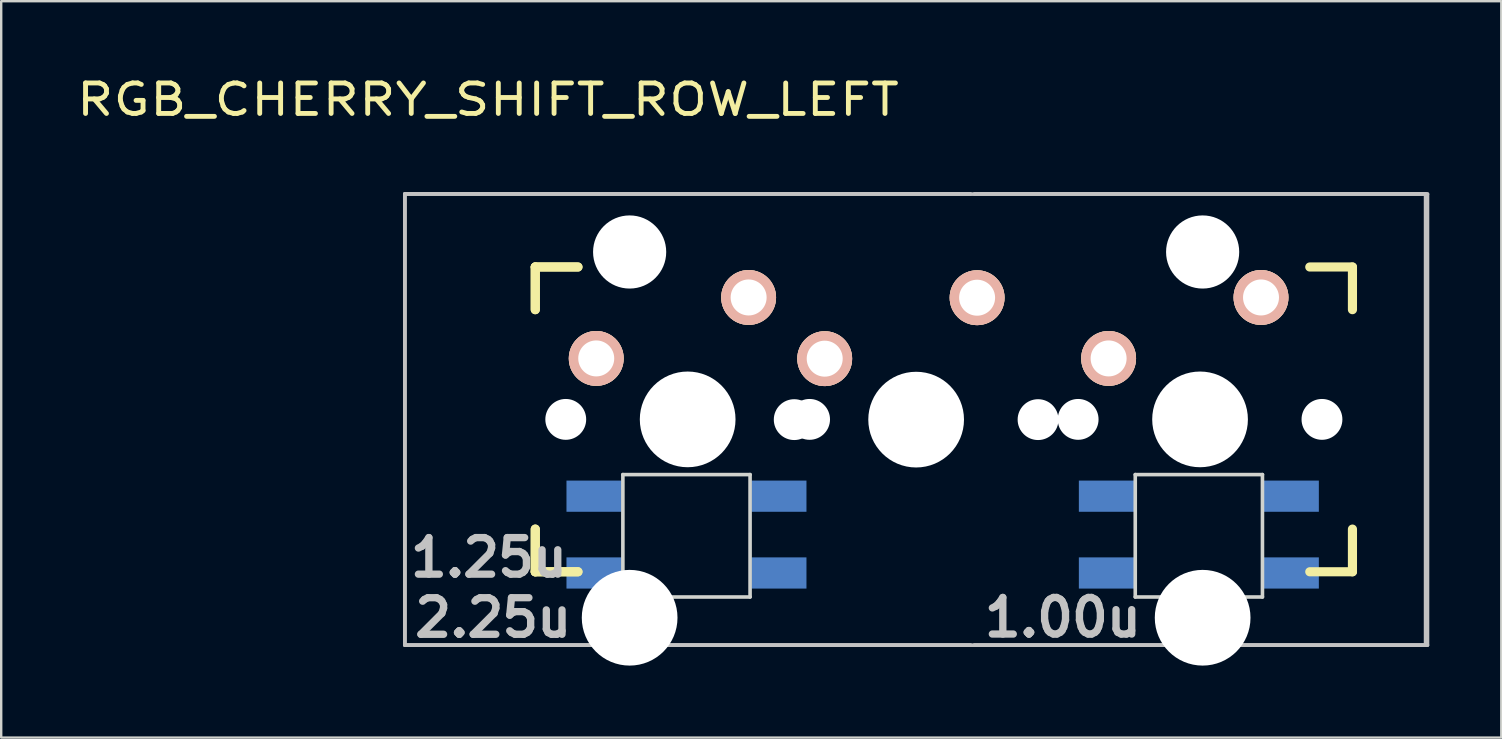
<source format=kicad_pcb>
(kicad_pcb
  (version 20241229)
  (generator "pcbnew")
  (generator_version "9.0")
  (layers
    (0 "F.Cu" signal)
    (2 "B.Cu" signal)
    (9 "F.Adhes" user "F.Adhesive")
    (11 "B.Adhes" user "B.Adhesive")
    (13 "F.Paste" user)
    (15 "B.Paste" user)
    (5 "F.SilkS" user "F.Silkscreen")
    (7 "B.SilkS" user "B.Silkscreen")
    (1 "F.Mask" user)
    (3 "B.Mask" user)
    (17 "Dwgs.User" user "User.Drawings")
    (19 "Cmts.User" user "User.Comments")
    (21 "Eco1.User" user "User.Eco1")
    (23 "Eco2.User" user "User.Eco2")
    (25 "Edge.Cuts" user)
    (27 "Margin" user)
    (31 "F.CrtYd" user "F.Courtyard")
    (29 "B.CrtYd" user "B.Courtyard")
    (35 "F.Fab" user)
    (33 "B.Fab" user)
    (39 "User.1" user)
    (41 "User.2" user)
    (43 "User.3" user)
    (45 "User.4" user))
  (footprint "RGB_CHERRY_SHIFT_ROW_LEFT"
    (layer "F.Cu")
    (at 35.124 14.435)
    (property "Reference" "RGB_CHERRY_SHIFT_ROW_LEFT" (at -17.845 -13.335 0) (layer "F.SilkS") (effects (font (size 1.27 1.524) (thickness 0.203))))
    (attr through_hole)
    (fp_line (start -15.87 -6.36) (end -14.092 -6.36) (stroke (width 0.381) (type solid)) (layer "F.SilkS"))
    (fp_line (start -15.87 -6.36) (end -14.092 -6.36) (stroke (width 0.381) (type solid)) (layer "F.SilkS"))
    (fp_line (start -15.87 -4.582) (end -15.87 -6.36) (stroke (width 0.381) (type solid)) (layer "F.SilkS"))
    (fp_line (start -15.87 -4.582) (end -15.87 -6.36) (stroke (width 0.381) (type solid)) (layer "F.SilkS"))
    (fp_line (start -15.87 6.34) (end -15.87 4.562) (stroke (width 0.381) (type solid)) (layer "F.SilkS"))
    (fp_line (start -15.87 6.34) (end -15.87 4.562) (stroke (width 0.381) (type solid)) (layer "F.SilkS"))
    (fp_line (start -14.092 6.34) (end -15.87 6.34) (stroke (width 0.381) (type solid)) (layer "F.SilkS"))
    (fp_line (start -14.092 6.34) (end -15.87 6.34) (stroke (width 0.381) (type solid)) (layer "F.SilkS"))
    (fp_line (start 16.402 -6.36) (end 18.18 -6.36) (stroke (width 0.381) (type solid)) (layer "F.SilkS"))
    (fp_line (start 18.18 -6.36) (end 18.18 -4.582) (stroke (width 0.381) (type solid)) (layer "F.SilkS"))
    (fp_line (start 18.18 4.562) (end 18.18 6.34) (stroke (width 0.381) (type solid)) (layer "F.SilkS"))
    (fp_line (start 18.18 6.34) (end 16.402 6.34) (stroke (width 0.381) (type solid)) (layer "F.SilkS"))
    (fp_line (start -21.306 -9.398) (end 21.306 -9.398) (stroke (width 0.152) (type solid)) (layer "Dwgs.User"))
    (fp_line (start -21.306 9.398) (end -21.306 -9.398) (stroke (width 0.152) (type solid)) (layer "Dwgs.User"))
    (fp_line (start -21.301 -9.408) (end 2.261 -9.408) (stroke (width 0.152) (type solid)) (layer "Dwgs.User"))
    (fp_line (start -21.301 9.388) (end -21.301 -9.408) (stroke (width 0.152) (type solid)) (layer "Dwgs.User"))
    (fp_line (start 2.261 9.388) (end -21.301 9.388) (stroke (width 0.152) (type solid)) (layer "Dwgs.User"))
    (fp_line (start 2.432 -9.408) (end 21.228 -9.408) (stroke (width 0.152) (type solid)) (layer "Dwgs.User"))
    (fp_line (start 21.228 -9.408) (end 21.228 9.388) (stroke (width 0.152) (type solid)) (layer "Dwgs.User"))
    (fp_line (start 21.228 9.388) (end 2.432 9.388) (stroke (width 0.152) (type solid)) (layer "Dwgs.User"))
    (fp_line (start 21.306 -9.398) (end 21.306 9.398) (stroke (width 0.152) (type solid)) (layer "Dwgs.User"))
    (fp_line (start 21.306 9.398) (end -21.306 9.398) (stroke (width 0.152) (type solid)) (layer "Dwgs.User"))
    (fp_line (start -16.505 -6.995) (end -2.535 -6.995) (stroke (width 0.152) (type solid)) (layer "Eco2.User"))
    (fp_line (start -16.505 -6.995) (end -2.535 -6.995) (stroke (width 0.152) (type solid)) (layer "Eco2.User"))
    (fp_line (start -16.505 6.975) (end -16.505 -6.995) (stroke (width 0.152) (type solid)) (layer "Eco2.User"))
    (fp_line (start -16.505 6.975) (end -16.505 -6.995) (stroke (width 0.152) (type solid)) (layer "Eco2.User"))
    (fp_line (start -6.985 -6.985) (end 6.985 -6.985) (stroke (width 0.152) (type solid)) (layer "Eco2.User"))
    (fp_line (start -6.985 6.985) (end -6.985 5.817) (stroke (width 0.152) (type solid)) (layer "Eco2.User"))
    (fp_line (start -2.535 6.975) (end -16.505 6.975) (stroke (width 0.152) (type solid)) (layer "Eco2.User"))
    (fp_line (start -2.535 6.975) (end -16.505 6.975) (stroke (width 0.152) (type solid)) (layer "Eco2.User"))
    (fp_line (start 4.845 -6.995) (end 18.815 -6.995) (stroke (width 0.152) (type solid)) (layer "Eco2.User"))
    (fp_line (start 6.985 6.985) (end -6.985 6.985) (stroke (width 0.152) (type solid)) (layer "Eco2.User"))
    (fp_line (start 18.815 -6.995) (end 18.815 6.975) (stroke (width 0.152) (type solid)) (layer "Eco2.User"))
    (fp_line (start 18.815 6.975) (end 4.845 6.975) (stroke (width 0.152) (type solid)) (layer "Eco2.User"))
    (fp_line (start -12.22 2.29) (end -12.22 7.39) (stroke (width 0.15) (type solid)) (layer "Edge.Cuts"))
    (fp_line (start -12.22 2.29) (end -6.92 2.29) (stroke (width 0.15) (type solid)) (layer "Edge.Cuts"))
    (fp_line (start -6.92 2.29) (end -6.92 7.39) (stroke (width 0.15) (type solid)) (layer "Edge.Cuts"))
    (fp_line (start -6.92 7.39) (end -12.22 7.39) (stroke (width 0.15) (type solid)) (layer "Edge.Cuts"))
    (fp_line (start 9.13 2.29) (end 9.13 7.39) (stroke (width 0.15) (type solid)) (layer "Edge.Cuts"))
    (fp_line (start 9.13 2.29) (end 14.43 2.29) (stroke (width 0.15) (type solid)) (layer "Edge.Cuts"))
    (fp_line (start 14.43 2.29) (end 14.43 7.39) (stroke (width 0.15) (type solid)) (layer "Edge.Cuts"))
    (fp_line (start 14.43 7.39) (end 9.13 7.39) (stroke (width 0.15) (type solid)) (layer "Edge.Cuts"))
    (fp_text user "2.25u" (at -17.623 8.255 0) (layer "Dwgs.User") (effects (font (size 1.524 1.524) (thickness 0.305))))
    (fp_text user "1.25u" (at -17.8 5.75 0) (layer "Dwgs.User") (effects (font (size 1.524 1.524) (thickness 0.305))))
    (fp_text user "1.00u" (at 6.115 8.245 0) (layer "Dwgs.User") (effects (font (size 1.524 1.524) (thickness 0.305))))
    (pad "" np_thru_hole circle (at -14.6 -0.01) (size 1.702 1.702) (drill 1.702) (layers "*.Cu"))
    (pad "" np_thru_hole circle (at -11.938 -6.985) (size 3.048 3.048) (drill 3.048) (layers "*.Cu"))
    (pad "" np_thru_hole circle (at -11.938 8.255) (size 3.988 3.988) (drill 3.988) (layers "*.Cu"))
    (pad "" np_thru_hole circle (at -9.52 -0.01) (size 3.988 3.988) (drill 3.988) (layers "*.Cu"))
    (pad "" np_thru_hole circle (at -5.08 0) (size 1.702 1.702) (drill 1.702) (layers "*.Cu"))
    (pad "" np_thru_hole circle (at -4.44 -0.01) (size 1.702 1.702) (drill 1.702) (layers "*.Cu"))
    (pad "" np_thru_hole circle (at 0 0) (size 3.988 3.988) (drill 3.988) (layers "*.Cu"))
    (pad "" np_thru_hole circle (at 5.08 0) (size 1.702 1.702) (drill 1.702) (layers "*.Cu"))
    (pad "" np_thru_hole circle (at 6.75 -0.01) (size 1.702 1.702) (drill 1.702) (layers "*.Cu"))
    (pad "" np_thru_hole circle (at 11.83 -0.01) (size 3.988 3.988) (drill 3.988) (layers "*.Cu"))
    (pad "" np_thru_hole circle (at 11.938 -6.985) (size 3.048 3.048) (drill 3.048) (layers "*.Cu"))
    (pad "" np_thru_hole circle (at 11.938 8.255) (size 3.988 3.988) (drill 3.988) (layers "*.Cu"))
    (pad "" np_thru_hole circle (at 16.91 -0.01) (size 1.702 1.702) (drill 1.702) (layers "*.Cu"))
    (pad "1" thru_hole circle (at -6.98 -5.09) (size 2.286 2.286) (drill 1.499) (layers "*.Cu" "*.SilkS" "*.Mask"))
    (pad "1" thru_hole circle (at 2.54 -5.08) (size 2.286 2.286) (drill 1.499) (layers "*.Cu" "*.SilkS" "*.Mask"))
    (pad "2" thru_hole circle (at -13.33 -2.55) (size 2.286 2.286) (drill 1.499) (layers "*.Cu" "*.SilkS" "*.Mask"))
    (pad "2" thru_hole circle (at -3.81 -2.54) (size 2.286 2.286) (drill 1.499) (layers "*.Cu" "*.SilkS" "*.Mask"))
    (pad "3" thru_hole circle (at 14.37 -5.09) (size 2.286 2.286) (drill 1.499) (layers "*.Cu" "*.SilkS" "*.Mask"))
    (pad "4" thru_hole circle (at 8.02 -2.55) (size 2.286 2.286) (drill 1.499) (layers "*.Cu" "*.SilkS" "*.Mask"))
    (pad "5" smd rect (at -12.32 3.19) (size 2.3 1.3) (drill (offset -1.1 0)) (layers "B.Cu" "B.Mask" "B.Paste"))
    (pad "6" smd rect (at -12.32 6.39) (size 2.3 1.3) (drill (offset -1.1 0)) (layers "B.Cu" "B.Mask" "B.Paste"))
    (pad "7" smd rect (at -6.82 6.39) (size 2.3 1.3) (drill (offset 1.1 0)) (layers "B.Cu" "B.Mask" "B.Paste"))
    (pad "8" smd rect (at -6.82 3.19) (size 2.3 1.3) (drill (offset 1.1 0)) (layers "B.Cu" "B.Mask" "B.Paste"))
    (pad "9" smd rect (at 9.03 3.19) (size 2.3 1.3) (drill (offset -1.1 0)) (layers "B.Cu" "B.Mask" "B.Paste"))
    (pad "10" smd rect (at 9.03 6.39) (size 2.3 1.3) (drill (offset -1.1 0)) (layers "B.Cu" "B.Mask" "B.Paste"))
    (pad "11" smd rect (at 14.53 6.39) (size 2.3 1.3) (drill (offset 1.1 0)) (layers "B.Cu" "B.Mask" "B.Paste"))
    (pad "12" smd rect (at 14.53 3.19) (size 2.3 1.3) (drill (offset 1.1 0)) (layers "B.Cu" "B.Mask" "B.Paste")))
  (gr_rect
    (start -3 -3)
    (end 59.506 27.683)
    (stroke (width 0.1) (type default))
    (fill no)
    (layer "Edge.Cuts")))
</source>
